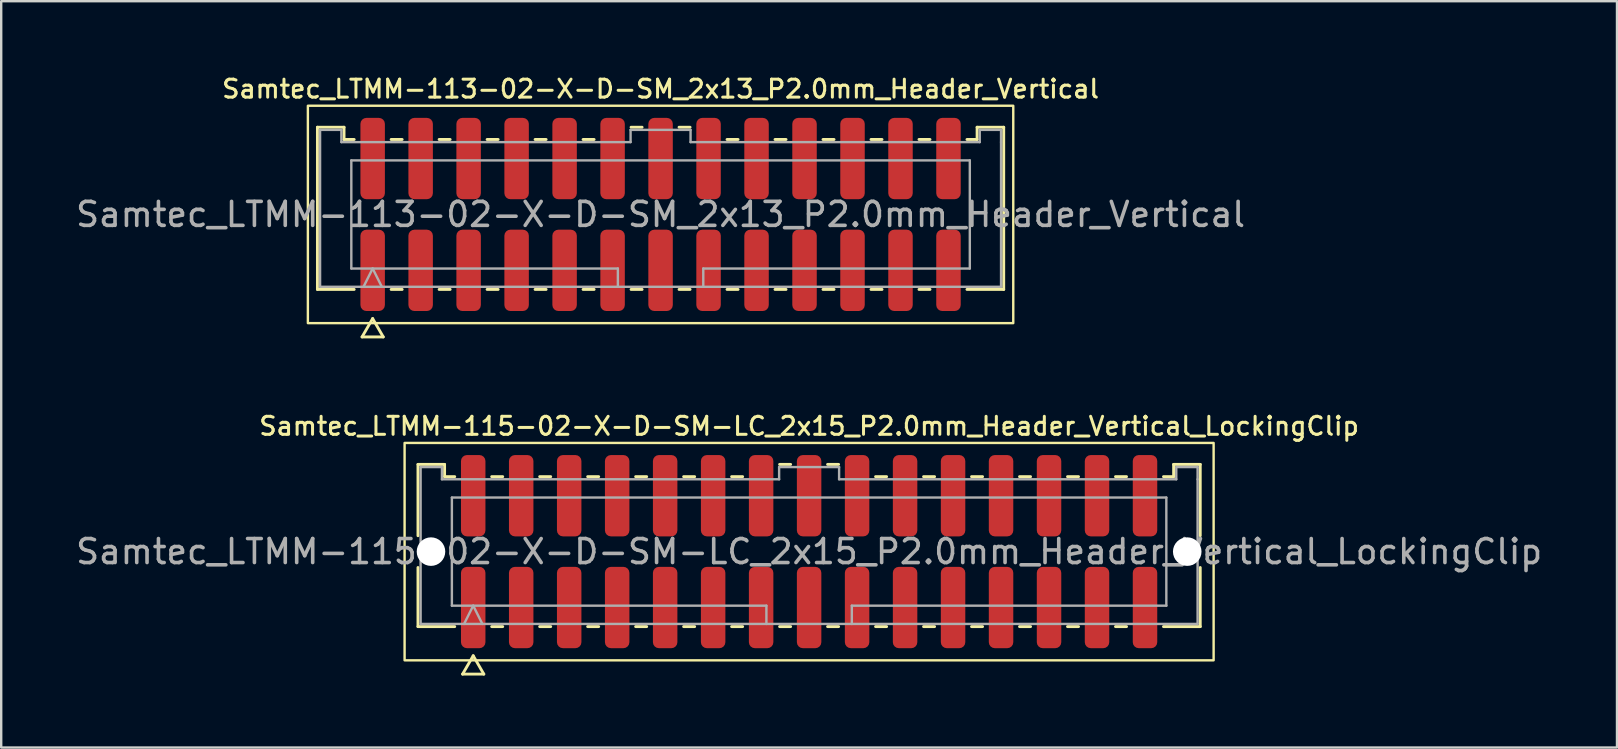
<source format=kicad_pcb>
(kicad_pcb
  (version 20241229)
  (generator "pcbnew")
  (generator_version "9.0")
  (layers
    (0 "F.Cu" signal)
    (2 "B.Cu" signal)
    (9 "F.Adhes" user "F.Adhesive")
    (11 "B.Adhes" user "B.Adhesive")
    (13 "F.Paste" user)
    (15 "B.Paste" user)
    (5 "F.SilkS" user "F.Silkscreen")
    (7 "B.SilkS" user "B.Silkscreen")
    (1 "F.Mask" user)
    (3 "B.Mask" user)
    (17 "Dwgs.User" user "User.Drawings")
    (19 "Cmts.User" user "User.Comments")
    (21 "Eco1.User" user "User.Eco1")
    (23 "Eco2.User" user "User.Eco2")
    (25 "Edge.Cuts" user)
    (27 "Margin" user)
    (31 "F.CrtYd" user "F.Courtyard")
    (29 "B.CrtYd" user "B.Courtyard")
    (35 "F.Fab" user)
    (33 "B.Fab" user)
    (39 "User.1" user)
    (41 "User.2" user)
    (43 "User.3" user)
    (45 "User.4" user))
  (footprint "Samtec_LTMM-113-02-X-D-SM_2x13_P2.0mm_Header_Vertical"
    (layer "F.Cu")
    (at 24.482 5.888)
    (property "Reference" "Samtec_LTMM-113-02-X-D-SM_2x13_P2.0mm_Header_Vertical" (at 0 -5.23 0) (layer "F.SilkS") (effects (font (size 0.75 0.75) (thickness 0.125))))
    (attr smd)
    (fp_line (start -14.302 -3.635) (end -13.193 -3.635) (stroke (width 0.12) (type solid)) (layer "F.SilkS"))
    (fp_line (start -14.302 3.125) (end -14.302 -3.635) (stroke (width 0.12) (type solid)) (layer "F.SilkS"))
    (fp_line (start -13.193 -3.635) (end -13.193 -3.125) (stroke (width 0.12) (type solid)) (layer "F.SilkS"))
    (fp_line (start -13.193 -3.125) (end -12.77 -3.125) (stroke (width 0.12) (type solid)) (layer "F.SilkS"))
    (fp_line (start -12.77 3.125) (end -14.302 3.125) (stroke (width 0.12) (type solid)) (layer "F.SilkS"))
    (fp_line (start -12.442 5.105) (end -12 4.34) (stroke (width 0.12) (type solid)) (layer "F.SilkS"))
    (fp_line (start -12 4.34) (end -11.558 5.105) (stroke (width 0.12) (type solid)) (layer "F.SilkS"))
    (fp_line (start -11.558 5.105) (end -12.442 5.105) (stroke (width 0.12) (type solid)) (layer "F.SilkS"))
    (fp_line (start -11.23 -3.125) (end -10.77 -3.125) (stroke (width 0.12) (type solid)) (layer "F.SilkS"))
    (fp_line (start -10.77 3.125) (end -11.23 3.125) (stroke (width 0.12) (type solid)) (layer "F.SilkS"))
    (fp_line (start -9.23 -3.125) (end -8.77 -3.125) (stroke (width 0.12) (type solid)) (layer "F.SilkS"))
    (fp_line (start -8.77 3.125) (end -9.23 3.125) (stroke (width 0.12) (type solid)) (layer "F.SilkS"))
    (fp_line (start -7.23 -3.125) (end -6.77 -3.125) (stroke (width 0.12) (type solid)) (layer "F.SilkS"))
    (fp_line (start -6.77 3.125) (end -7.23 3.125) (stroke (width 0.12) (type solid)) (layer "F.SilkS"))
    (fp_line (start -5.23 -3.125) (end -4.77 -3.125) (stroke (width 0.12) (type solid)) (layer "F.SilkS"))
    (fp_line (start -4.77 3.125) (end -5.23 3.125) (stroke (width 0.12) (type solid)) (layer "F.SilkS"))
    (fp_line (start -3.23 -3.125) (end -2.77 -3.125) (stroke (width 0.12) (type solid)) (layer "F.SilkS"))
    (fp_line (start -2.77 3.125) (end -3.23 3.125) (stroke (width 0.12) (type solid)) (layer "F.SilkS"))
    (fp_line (start -1.23 -3.635) (end -0.77 -3.635) (stroke (width 0.12) (type solid)) (layer "F.SilkS"))
    (fp_line (start -0.77 3.125) (end -1.23 3.125) (stroke (width 0.12) (type solid)) (layer "F.SilkS"))
    (fp_line (start 0.77 -3.635) (end 1.23 -3.635) (stroke (width 0.12) (type solid)) (layer "F.SilkS"))
    (fp_line (start 1.23 3.125) (end 0.77 3.125) (stroke (width 0.12) (type solid)) (layer "F.SilkS"))
    (fp_line (start 2.77 -3.125) (end 3.23 -3.125) (stroke (width 0.12) (type solid)) (layer "F.SilkS"))
    (fp_line (start 3.23 3.125) (end 2.77 3.125) (stroke (width 0.12) (type solid)) (layer "F.SilkS"))
    (fp_line (start 4.77 -3.125) (end 5.23 -3.125) (stroke (width 0.12) (type solid)) (layer "F.SilkS"))
    (fp_line (start 5.23 3.125) (end 4.77 3.125) (stroke (width 0.12) (type solid)) (layer "F.SilkS"))
    (fp_line (start 6.77 -3.125) (end 7.23 -3.125) (stroke (width 0.12) (type solid)) (layer "F.SilkS"))
    (fp_line (start 7.23 3.125) (end 6.77 3.125) (stroke (width 0.12) (type solid)) (layer "F.SilkS"))
    (fp_line (start 8.77 -3.125) (end 9.23 -3.125) (stroke (width 0.12) (type solid)) (layer "F.SilkS"))
    (fp_line (start 9.23 3.125) (end 8.77 3.125) (stroke (width 0.12) (type solid)) (layer "F.SilkS"))
    (fp_line (start 10.77 -3.125) (end 11.23 -3.125) (stroke (width 0.12) (type solid)) (layer "F.SilkS"))
    (fp_line (start 11.23 3.125) (end 10.77 3.125) (stroke (width 0.12) (type solid)) (layer "F.SilkS"))
    (fp_line (start 12.77 -3.125) (end 13.193 -3.125) (stroke (width 0.12) (type solid)) (layer "F.SilkS"))
    (fp_line (start 13.193 -3.635) (end 14.302 -3.635) (stroke (width 0.12) (type solid)) (layer "F.SilkS"))
    (fp_line (start 13.193 -3.125) (end 13.193 -3.635) (stroke (width 0.12) (type solid)) (layer "F.SilkS"))
    (fp_line (start 14.302 -3.635) (end 14.302 3.125) (stroke (width 0.12) (type solid)) (layer "F.SilkS"))
    (fp_line (start 14.302 3.125) (end 12.77 3.125) (stroke (width 0.12) (type solid)) (layer "F.SilkS"))
    (fp_rect (start -14.7 -4.53) (end 14.7 4.53) (stroke (width 0.1) (type solid)) (fill no) (layer "F.SilkS"))
    (fp_line (start -14.191 -3.525) (end -13.303 -3.525) (stroke (width 0.1) (type solid)) (layer "F.Fab"))
    (fp_line (start -14.191 3.015) (end -14.191 -3.525) (stroke (width 0.1) (type solid)) (layer "F.Fab"))
    (fp_line (start -13.303 -3.525) (end -13.303 -3.015) (stroke (width 0.1) (type solid)) (layer "F.Fab"))
    (fp_line (start -13.303 -3.015) (end -1.25 -3.015) (stroke (width 0.1) (type solid)) (layer "F.Fab"))
    (fp_line (start -12.889 -2.253) (end 12.889 -2.253) (stroke (width 0.1) (type solid)) (layer "F.Fab"))
    (fp_line (start -12.889 2.253) (end -12.889 -2.253) (stroke (width 0.1) (type solid)) (layer "F.Fab"))
    (fp_line (start -12.381 3.015) (end -12 2.253) (stroke (width 0.1) (type solid)) (layer "F.Fab"))
    (fp_line (start -12 2.253) (end -11.619 3.015) (stroke (width 0.1) (type solid)) (layer "F.Fab"))
    (fp_line (start -1.78 2.253) (end -12.889 2.253) (stroke (width 0.1) (type solid)) (layer "F.Fab"))
    (fp_line (start -1.78 3.015) (end -1.78 2.253) (stroke (width 0.1) (type solid)) (layer "F.Fab"))
    (fp_line (start -1.25 -3.525) (end 1.25 -3.525) (stroke (width 0.1) (type solid)) (layer "F.Fab"))
    (fp_line (start -1.25 -3.015) (end -1.25 -3.525) (stroke (width 0.1) (type solid)) (layer "F.Fab"))
    (fp_line (start 1.25 -3.525) (end 1.25 -3.015) (stroke (width 0.1) (type solid)) (layer "F.Fab"))
    (fp_line (start 1.25 -3.015) (end 13.303 -3.015) (stroke (width 0.1) (type solid)) (layer "F.Fab"))
    (fp_line (start 1.78 2.253) (end 1.78 3.015) (stroke (width 0.1) (type solid)) (layer "F.Fab"))
    (fp_line (start 12.889 -2.253) (end 12.889 2.253) (stroke (width 0.1) (type solid)) (layer "F.Fab"))
    (fp_line (start 12.889 2.253) (end 1.78 2.253) (stroke (width 0.1) (type solid)) (layer "F.Fab"))
    (fp_line (start 13.303 -3.525) (end 14.191 -3.525) (stroke (width 0.1) (type solid)) (layer "F.Fab"))
    (fp_line (start 13.303 -3.015) (end 13.303 -3.525) (stroke (width 0.1) (type solid)) (layer "F.Fab"))
    (fp_line (start 14.191 -3.525) (end 14.191 -3.015) (stroke (width 0.1) (type solid)) (layer "F.Fab"))
    (fp_line (start 14.191 -3.015) (end 14.191 3.015) (stroke (width 0.1) (type solid)) (layer "F.Fab"))
    (fp_line (start 14.191 3.015) (end -14.191 3.015) (stroke (width 0.1) (type solid)) (layer "F.Fab"))
    (fp_text user "${REFERENCE}" (at 0 0 0) (layer "F.Fab") (effects (font (size 1 1) (thickness 0.15))))
    (pad "1" smd roundrect (at -12 2.33) (size 1.02 3.39) (layers "F.Cu" "F.Mask" "F.Paste") (roundrect_rratio 0.245))
    (pad "2" smd roundrect (at -12 -2.33) (size 1.02 3.39) (layers "F.Cu" "F.Mask" "F.Paste") (roundrect_rratio 0.245))
    (pad "3" smd roundrect (at -10 2.33) (size 1.02 3.39) (layers "F.Cu" "F.Mask" "F.Paste") (roundrect_rratio 0.245))
    (pad "4" smd roundrect (at -10 -2.33) (size 1.02 3.39) (layers "F.Cu" "F.Mask" "F.Paste") (roundrect_rratio 0.245))
    (pad "5" smd roundrect (at -8 2.33) (size 1.02 3.39) (layers "F.Cu" "F.Mask" "F.Paste") (roundrect_rratio 0.245))
    (pad "6" smd roundrect (at -8 -2.33) (size 1.02 3.39) (layers "F.Cu" "F.Mask" "F.Paste") (roundrect_rratio 0.245))
    (pad "7" smd roundrect (at -6 2.33) (size 1.02 3.39) (layers "F.Cu" "F.Mask" "F.Paste") (roundrect_rratio 0.245))
    (pad "8" smd roundrect (at -6 -2.33) (size 1.02 3.39) (layers "F.Cu" "F.Mask" "F.Paste") (roundrect_rratio 0.245))
    (pad "9" smd roundrect (at -4 2.33) (size 1.02 3.39) (layers "F.Cu" "F.Mask" "F.Paste") (roundrect_rratio 0.245))
    (pad "10" smd roundrect (at -4 -2.33) (size 1.02 3.39) (layers "F.Cu" "F.Mask" "F.Paste") (roundrect_rratio 0.245))
    (pad "11" smd roundrect (at -2 2.33) (size 1.02 3.39) (layers "F.Cu" "F.Mask" "F.Paste") (roundrect_rratio 0.245))
    (pad "12" smd roundrect (at -2 -2.33) (size 1.02 3.39) (layers "F.Cu" "F.Mask" "F.Paste") (roundrect_rratio 0.245))
    (pad "13" smd roundrect (at 0 2.33) (size 1.02 3.39) (layers "F.Cu" "F.Mask" "F.Paste") (roundrect_rratio 0.245))
    (pad "14" smd roundrect (at 0 -2.33) (size 1.02 3.39) (layers "F.Cu" "F.Mask" "F.Paste") (roundrect_rratio 0.245))
    (pad "15" smd roundrect (at 2 2.33) (size 1.02 3.39) (layers "F.Cu" "F.Mask" "F.Paste") (roundrect_rratio 0.245))
    (pad "16" smd roundrect (at 2 -2.33) (size 1.02 3.39) (layers "F.Cu" "F.Mask" "F.Paste") (roundrect_rratio 0.245))
    (pad "17" smd roundrect (at 4 2.33) (size 1.02 3.39) (layers "F.Cu" "F.Mask" "F.Paste") (roundrect_rratio 0.245))
    (pad "18" smd roundrect (at 4 -2.33) (size 1.02 3.39) (layers "F.Cu" "F.Mask" "F.Paste") (roundrect_rratio 0.245))
    (pad "19" smd roundrect (at 6 2.33) (size 1.02 3.39) (layers "F.Cu" "F.Mask" "F.Paste") (roundrect_rratio 0.245))
    (pad "20" smd roundrect (at 6 -2.33) (size 1.02 3.39) (layers "F.Cu" "F.Mask" "F.Paste") (roundrect_rratio 0.245))
    (pad "21" smd roundrect (at 8 2.33) (size 1.02 3.39) (layers "F.Cu" "F.Mask" "F.Paste") (roundrect_rratio 0.245))
    (pad "22" smd roundrect (at 8 -2.33) (size 1.02 3.39) (layers "F.Cu" "F.Mask" "F.Paste") (roundrect_rratio 0.245))
    (pad "23" smd roundrect (at 10 2.33) (size 1.02 3.39) (layers "F.Cu" "F.Mask" "F.Paste") (roundrect_rratio 0.245))
    (pad "24" smd roundrect (at 10 -2.33) (size 1.02 3.39) (layers "F.Cu" "F.Mask" "F.Paste") (roundrect_rratio 0.245))
    (pad "25" smd roundrect (at 12 2.33) (size 1.02 3.39) (layers "F.Cu" "F.Mask" "F.Paste") (roundrect_rratio 0.245))
    (pad "26" smd roundrect (at 12 -2.33) (size 1.02 3.39) (layers "F.Cu" "F.Mask" "F.Paste") (roundrect_rratio 0.245)))
  (footprint "Samtec_LTMM-115-02-X-D-SM-LC_2x15_P2.0mm_Header_Vertical_LockingClip"
    (layer "F.Cu")
    (at 30.673 19.941)
    (property "Reference" "Samtec_LTMM-115-02-X-D-SM-LC_2x15_P2.0mm_Header_Vertical_LockingClip" (at 0 -5.23 0) (layer "F.SilkS") (effects (font (size 0.75 0.75) (thickness 0.125))))
    (attr smd)
    (fp_line (start -16.302 -3.635) (end -15.193 -3.635) (stroke (width 0.12) (type solid)) (layer "F.SilkS"))
    (fp_line (start -16.302 -0.662) (end -16.302 -3.635) (stroke (width 0.12) (type solid)) (layer "F.SilkS"))
    (fp_line (start -16.302 3.125) (end -16.302 0.662) (stroke (width 0.12) (type solid)) (layer "F.SilkS"))
    (fp_line (start -15.193 -3.635) (end -15.193 -3.125) (stroke (width 0.12) (type solid)) (layer "F.SilkS"))
    (fp_line (start -15.193 -3.125) (end -14.77 -3.125) (stroke (width 0.12) (type solid)) (layer "F.SilkS"))
    (fp_line (start -14.77 3.125) (end -16.302 3.125) (stroke (width 0.12) (type solid)) (layer "F.SilkS"))
    (fp_line (start -14.442 5.105) (end -14 4.34) (stroke (width 0.12) (type solid)) (layer "F.SilkS"))
    (fp_line (start -14 4.34) (end -13.558 5.105) (stroke (width 0.12) (type solid)) (layer "F.SilkS"))
    (fp_line (start -13.558 5.105) (end -14.442 5.105) (stroke (width 0.12) (type solid)) (layer "F.SilkS"))
    (fp_line (start -13.23 -3.125) (end -12.77 -3.125) (stroke (width 0.12) (type solid)) (layer "F.SilkS"))
    (fp_line (start -12.77 3.125) (end -13.23 3.125) (stroke (width 0.12) (type solid)) (layer "F.SilkS"))
    (fp_line (start -11.23 -3.125) (end -10.77 -3.125) (stroke (width 0.12) (type solid)) (layer "F.SilkS"))
    (fp_line (start -10.77 3.125) (end -11.23 3.125) (stroke (width 0.12) (type solid)) (layer "F.SilkS"))
    (fp_line (start -9.23 -3.125) (end -8.77 -3.125) (stroke (width 0.12) (type solid)) (layer "F.SilkS"))
    (fp_line (start -8.77 3.125) (end -9.23 3.125) (stroke (width 0.12) (type solid)) (layer "F.SilkS"))
    (fp_line (start -7.23 -3.125) (end -6.77 -3.125) (stroke (width 0.12) (type solid)) (layer "F.SilkS"))
    (fp_line (start -6.77 3.125) (end -7.23 3.125) (stroke (width 0.12) (type solid)) (layer "F.SilkS"))
    (fp_line (start -5.23 -3.125) (end -4.77 -3.125) (stroke (width 0.12) (type solid)) (layer "F.SilkS"))
    (fp_line (start -4.77 3.125) (end -5.23 3.125) (stroke (width 0.12) (type solid)) (layer "F.SilkS"))
    (fp_line (start -3.23 -3.125) (end -2.77 -3.125) (stroke (width 0.12) (type solid)) (layer "F.SilkS"))
    (fp_line (start -2.77 3.125) (end -3.23 3.125) (stroke (width 0.12) (type solid)) (layer "F.SilkS"))
    (fp_line (start -1.23 -3.635) (end -0.77 -3.635) (stroke (width 0.12) (type solid)) (layer "F.SilkS"))
    (fp_line (start -0.77 3.125) (end -1.23 3.125) (stroke (width 0.12) (type solid)) (layer "F.SilkS"))
    (fp_line (start 0.77 -3.635) (end 1.23 -3.635) (stroke (width 0.12) (type solid)) (layer "F.SilkS"))
    (fp_line (start 1.23 3.125) (end 0.77 3.125) (stroke (width 0.12) (type solid)) (layer "F.SilkS"))
    (fp_line (start 2.77 -3.125) (end 3.23 -3.125) (stroke (width 0.12) (type solid)) (layer "F.SilkS"))
    (fp_line (start 3.23 3.125) (end 2.77 3.125) (stroke (width 0.12) (type solid)) (layer "F.SilkS"))
    (fp_line (start 4.77 -3.125) (end 5.23 -3.125) (stroke (width 0.12) (type solid)) (layer "F.SilkS"))
    (fp_line (start 5.23 3.125) (end 4.77 3.125) (stroke (width 0.12) (type solid)) (layer "F.SilkS"))
    (fp_line (start 6.77 -3.125) (end 7.23 -3.125) (stroke (width 0.12) (type solid)) (layer "F.SilkS"))
    (fp_line (start 7.23 3.125) (end 6.77 3.125) (stroke (width 0.12) (type solid)) (layer "F.SilkS"))
    (fp_line (start 8.77 -3.125) (end 9.23 -3.125) (stroke (width 0.12) (type solid)) (layer "F.SilkS"))
    (fp_line (start 9.23 3.125) (end 8.77 3.125) (stroke (width 0.12) (type solid)) (layer "F.SilkS"))
    (fp_line (start 10.77 -3.125) (end 11.23 -3.125) (stroke (width 0.12) (type solid)) (layer "F.SilkS"))
    (fp_line (start 11.23 3.125) (end 10.77 3.125) (stroke (width 0.12) (type solid)) (layer "F.SilkS"))
    (fp_line (start 12.77 -3.125) (end 13.23 -3.125) (stroke (width 0.12) (type solid)) (layer "F.SilkS"))
    (fp_line (start 13.23 3.125) (end 12.77 3.125) (stroke (width 0.12) (type solid)) (layer "F.SilkS"))
    (fp_line (start 14.77 -3.125) (end 15.193 -3.125) (stroke (width 0.12) (type solid)) (layer "F.SilkS"))
    (fp_line (start 15.193 -3.635) (end 16.302 -3.635) (stroke (width 0.12) (type solid)) (layer "F.SilkS"))
    (fp_line (start 15.193 -3.125) (end 15.193 -3.635) (stroke (width 0.12) (type solid)) (layer "F.SilkS"))
    (fp_line (start 16.302 -3.635) (end 16.302 -0.662) (stroke (width 0.12) (type solid)) (layer "F.SilkS"))
    (fp_line (start 16.302 0.662) (end 16.302 3.125) (stroke (width 0.12) (type solid)) (layer "F.SilkS"))
    (fp_line (start 16.302 3.125) (end 14.77 3.125) (stroke (width 0.12) (type solid)) (layer "F.SilkS"))
    (fp_rect (start -16.86 -4.53) (end 16.86 4.53) (stroke (width 0.1) (type solid)) (fill no) (layer "F.SilkS"))
    (fp_line (start -16.192 -3.525) (end -15.303 -3.525) (stroke (width 0.1) (type solid)) (layer "F.Fab"))
    (fp_line (start -16.192 3.015) (end -16.192 -3.525) (stroke (width 0.1) (type solid)) (layer "F.Fab"))
    (fp_line (start -15.303 -3.525) (end -15.303 -3.015) (stroke (width 0.1) (type solid)) (layer "F.Fab"))
    (fp_line (start -15.303 -3.015) (end -1.25 -3.015) (stroke (width 0.1) (type solid)) (layer "F.Fab"))
    (fp_line (start -14.889 -2.253) (end 14.889 -2.253) (stroke (width 0.1) (type solid)) (layer "F.Fab"))
    (fp_line (start -14.889 2.253) (end -14.889 -2.253) (stroke (width 0.1) (type solid)) (layer "F.Fab"))
    (fp_line (start -14.381 3.015) (end -14 2.253) (stroke (width 0.1) (type solid)) (layer "F.Fab"))
    (fp_line (start -14 2.253) (end -13.619 3.015) (stroke (width 0.1) (type solid)) (layer "F.Fab"))
    (fp_line (start -1.78 2.253) (end -14.889 2.253) (stroke (width 0.1) (type solid)) (layer "F.Fab"))
    (fp_line (start -1.78 3.015) (end -1.78 2.253) (stroke (width 0.1) (type solid)) (layer "F.Fab"))
    (fp_line (start -1.25 -3.525) (end 1.25 -3.525) (stroke (width 0.1) (type solid)) (layer "F.Fab"))
    (fp_line (start -1.25 -3.015) (end -1.25 -3.525) (stroke (width 0.1) (type solid)) (layer "F.Fab"))
    (fp_line (start 1.25 -3.525) (end 1.25 -3.015) (stroke (width 0.1) (type solid)) (layer "F.Fab"))
    (fp_line (start 1.25 -3.015) (end 15.303 -3.015) (stroke (width 0.1) (type solid)) (layer "F.Fab"))
    (fp_line (start 1.78 2.253) (end 1.78 3.015) (stroke (width 0.1) (type solid)) (layer "F.Fab"))
    (fp_line (start 14.889 -2.253) (end 14.889 2.253) (stroke (width 0.1) (type solid)) (layer "F.Fab"))
    (fp_line (start 14.889 2.253) (end 1.78 2.253) (stroke (width 0.1) (type solid)) (layer "F.Fab"))
    (fp_line (start 15.303 -3.525) (end 16.192 -3.525) (stroke (width 0.1) (type solid)) (layer "F.Fab"))
    (fp_line (start 15.303 -3.015) (end 15.303 -3.525) (stroke (width 0.1) (type solid)) (layer "F.Fab"))
    (fp_line (start 16.192 -3.525) (end 16.192 -3.015) (stroke (width 0.1) (type solid)) (layer "F.Fab"))
    (fp_line (start 16.192 -3.015) (end 16.192 3.015) (stroke (width 0.1) (type solid)) (layer "F.Fab"))
    (fp_line (start 16.192 3.015) (end -16.192 3.015) (stroke (width 0.1) (type solid)) (layer "F.Fab"))
    (fp_text user "${REFERENCE}" (at 0 0 0) (layer "F.Fab") (effects (font (size 1 1) (thickness 0.15))))
    (pad "" np_thru_hole circle (at -15.76 0) (size 1.19 1.19) (drill 1.19) (layers "*.Cu" "*.Mask"))
    (pad "" np_thru_hole circle (at 15.76 0) (size 1.19 1.19) (drill 1.19) (layers "*.Cu" "*.Mask"))
    (pad "1" smd roundrect (at -14 2.33) (size 1.02 3.39) (layers "F.Cu" "F.Mask" "F.Paste") (roundrect_rratio 0.245))
    (pad "2" smd roundrect (at -14 -2.33) (size 1.02 3.39) (layers "F.Cu" "F.Mask" "F.Paste") (roundrect_rratio 0.245))
    (pad "3" smd roundrect (at -12 2.33) (size 1.02 3.39) (layers "F.Cu" "F.Mask" "F.Paste") (roundrect_rratio 0.245))
    (pad "4" smd roundrect (at -12 -2.33) (size 1.02 3.39) (layers "F.Cu" "F.Mask" "F.Paste") (roundrect_rratio 0.245))
    (pad "5" smd roundrect (at -10 2.33) (size 1.02 3.39) (layers "F.Cu" "F.Mask" "F.Paste") (roundrect_rratio 0.245))
    (pad "6" smd roundrect (at -10 -2.33) (size 1.02 3.39) (layers "F.Cu" "F.Mask" "F.Paste") (roundrect_rratio 0.245))
    (pad "7" smd roundrect (at -8 2.33) (size 1.02 3.39) (layers "F.Cu" "F.Mask" "F.Paste") (roundrect_rratio 0.245))
    (pad "8" smd roundrect (at -8 -2.33) (size 1.02 3.39) (layers "F.Cu" "F.Mask" "F.Paste") (roundrect_rratio 0.245))
    (pad "9" smd roundrect (at -6 2.33) (size 1.02 3.39) (layers "F.Cu" "F.Mask" "F.Paste") (roundrect_rratio 0.245))
    (pad "10" smd roundrect (at -6 -2.33) (size 1.02 3.39) (layers "F.Cu" "F.Mask" "F.Paste") (roundrect_rratio 0.245))
    (pad "11" smd roundrect (at -4 2.33) (size 1.02 3.39) (layers "F.Cu" "F.Mask" "F.Paste") (roundrect_rratio 0.245))
    (pad "12" smd roundrect (at -4 -2.33) (size 1.02 3.39) (layers "F.Cu" "F.Mask" "F.Paste") (roundrect_rratio 0.245))
    (pad "13" smd roundrect (at -2 2.33) (size 1.02 3.39) (layers "F.Cu" "F.Mask" "F.Paste") (roundrect_rratio 0.245))
    (pad "14" smd roundrect (at -2 -2.33) (size 1.02 3.39) (layers "F.Cu" "F.Mask" "F.Paste") (roundrect_rratio 0.245))
    (pad "15" smd roundrect (at 0 2.33) (size 1.02 3.39) (layers "F.Cu" "F.Mask" "F.Paste") (roundrect_rratio 0.245))
    (pad "16" smd roundrect (at 0 -2.33) (size 1.02 3.39) (layers "F.Cu" "F.Mask" "F.Paste") (roundrect_rratio 0.245))
    (pad "17" smd roundrect (at 2 2.33) (size 1.02 3.39) (layers "F.Cu" "F.Mask" "F.Paste") (roundrect_rratio 0.245))
    (pad "18" smd roundrect (at 2 -2.33) (size 1.02 3.39) (layers "F.Cu" "F.Mask" "F.Paste") (roundrect_rratio 0.245))
    (pad "19" smd roundrect (at 4 2.33) (size 1.02 3.39) (layers "F.Cu" "F.Mask" "F.Paste") (roundrect_rratio 0.245))
    (pad "20" smd roundrect (at 4 -2.33) (size 1.02 3.39) (layers "F.Cu" "F.Mask" "F.Paste") (roundrect_rratio 0.245))
    (pad "21" smd roundrect (at 6 2.33) (size 1.02 3.39) (layers "F.Cu" "F.Mask" "F.Paste") (roundrect_rratio 0.245))
    (pad "22" smd roundrect (at 6 -2.33) (size 1.02 3.39) (layers "F.Cu" "F.Mask" "F.Paste") (roundrect_rratio 0.245))
    (pad "23" smd roundrect (at 8 2.33) (size 1.02 3.39) (layers "F.Cu" "F.Mask" "F.Paste") (roundrect_rratio 0.245))
    (pad "24" smd roundrect (at 8 -2.33) (size 1.02 3.39) (layers "F.Cu" "F.Mask" "F.Paste") (roundrect_rratio 0.245))
    (pad "25" smd roundrect (at 10 2.33) (size 1.02 3.39) (layers "F.Cu" "F.Mask" "F.Paste") (roundrect_rratio 0.245))
    (pad "26" smd roundrect (at 10 -2.33) (size 1.02 3.39) (layers "F.Cu" "F.Mask" "F.Paste") (roundrect_rratio 0.245))
    (pad "27" smd roundrect (at 12 2.33) (size 1.02 3.39) (layers "F.Cu" "F.Mask" "F.Paste") (roundrect_rratio 0.245))
    (pad "28" smd roundrect (at 12 -2.33) (size 1.02 3.39) (layers "F.Cu" "F.Mask" "F.Paste") (roundrect_rratio 0.245))
    (pad "29" smd roundrect (at 14 2.33) (size 1.02 3.39) (layers "F.Cu" "F.Mask" "F.Paste") (roundrect_rratio 0.245))
    (pad "30" smd roundrect (at 14 -2.33) (size 1.02 3.39) (layers "F.Cu" "F.Mask" "F.Paste") (roundrect_rratio 0.245)))
  (gr_rect
    (start -3 -3)
    (end 64.345 28.106)
    (stroke (width 0.1) (type default))
    (fill no)
    (layer "Edge.Cuts")))
</source>
